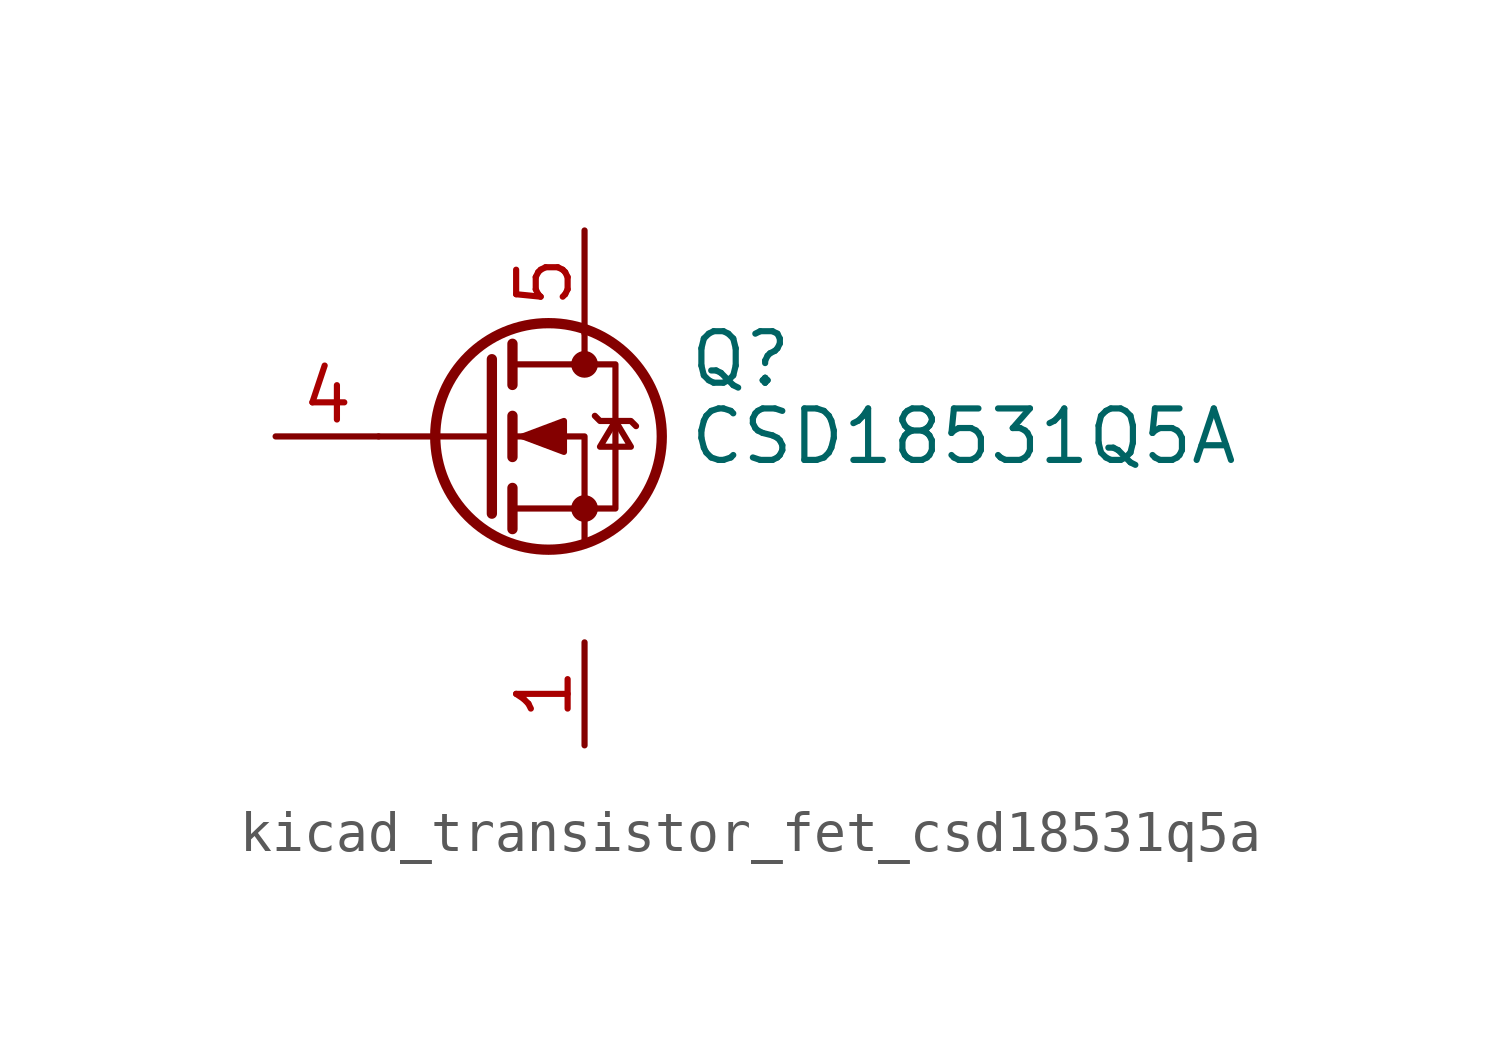
<source format=kicad_sym>
(kicad_symbol_lib
  (version 20220914)
  (generator kicad_symbol_editor)
  (symbol "kicad_transistor_fet_csd18531q5a"
    (pin_names hide)
    (property "Reference" "Q"
      (at 5.08 1.905 0)
      (effects (font (size 1.27 1.27)) (justify left)))
    (property "Value" "CSD18531Q5A"
      (at 5.08 0 0)
      (effects (font (size 1.27 1.27)) (justify left)))
    (symbol "kicad_transistor_fet_csd18531q5a_0_1"
      (polyline (pts (xy 0.254 0) (xy -2.54 0)) (stroke (width 0) (type default)) (fill (type none)))
      (polyline (pts (xy 0.254 1.905) (xy 0.254 -1.905)) (stroke (width 0.254) (type default)) (fill (type none)))
      (polyline (pts (xy 0.762 -1.27) (xy 0.762 -2.286)) (stroke (width 0.254) (type default)) (fill (type none)))
      (polyline (pts (xy 0.762 0.508) (xy 0.762 -0.508)) (stroke (width 0.254) (type default)) (fill (type none)))
      (polyline (pts (xy 0.762 2.286) (xy 0.762 1.27)) (stroke (width 0.254) (type default)) (fill (type none)))
      (polyline (pts (xy 2.54 2.54) (xy 2.54 1.778)) (stroke (width 0) (type default)) (fill (type none)))
      (polyline (pts (xy 2.54 -2.54) (xy 2.54 0) (xy 0.762 0)) (stroke (width 0) (type default)) (fill (type none)))
      (polyline (pts (xy 0.762 -1.778) (xy 3.302 -1.778) (xy 3.302 1.778) (xy 0.762 1.778)) (stroke (width 0) (type default)) (fill (type none)))
      (polyline (pts (xy 1.016 0) (xy 2.032 0.381) (xy 2.032 -0.381) (xy 1.016 0)) (stroke (width 0) (type default)) (fill (type outline)))
      (polyline (pts (xy 2.794 0.508) (xy 2.921 0.381) (xy 3.683 0.381) (xy 3.81 0.254)) (stroke (width 0) (type default)) (fill (type none)))
      (polyline (pts (xy 3.302 0.381) (xy 2.921 -0.254) (xy 3.683 -0.254) (xy 3.302 0.381)) (stroke (width 0) (type default)) (fill (type none)))
      (circle (center 1.651 0) (radius 2.794) (stroke (width 0.254) (type default)) (fill (type none)))
      (circle (center 2.54 -1.778) (radius 0.254) (stroke (width 0) (type default)) (fill (type outline)))
      (circle (center 2.54 1.778) (radius 0.254) (stroke (width 0) (type default)) (fill (type outline))))
    (symbol "kicad_transistor_fet_csd18531q5a_1_1"
      (pin passive line (at 2.54 -5.08 270) (length 2.54) (name "S" (effects (font (size 1.27 1.27)))) (number "1" (effects (font (size 1.27 1.27)))))
      (pin passive line (at 2.54 -5.08 270) (length 2.54) hide (name "S" (effects (font (size 1.27 1.27)))) (number "2" (effects (font (size 1.27 1.27)))))
      (pin passive line (at 2.54 -5.08 90) (length 2.54) hide (name "S" (effects (font (size 1.27 1.27)))) (number "3" (effects (font (size 1.27 1.27)))))
      (pin passive line (at -5.08 0 0) (length 2.54) (name "G" (effects (font (size 1.27 1.27)))) (number "4" (effects (font (size 1.27 1.27)))))
      (pin passive line (at 2.54 5.08 270) (length 2.54) (name "D" (effects (font (size 1.27 1.27)))) (number "5" (effects (font (size 1.27 1.27))))))))
</source>
